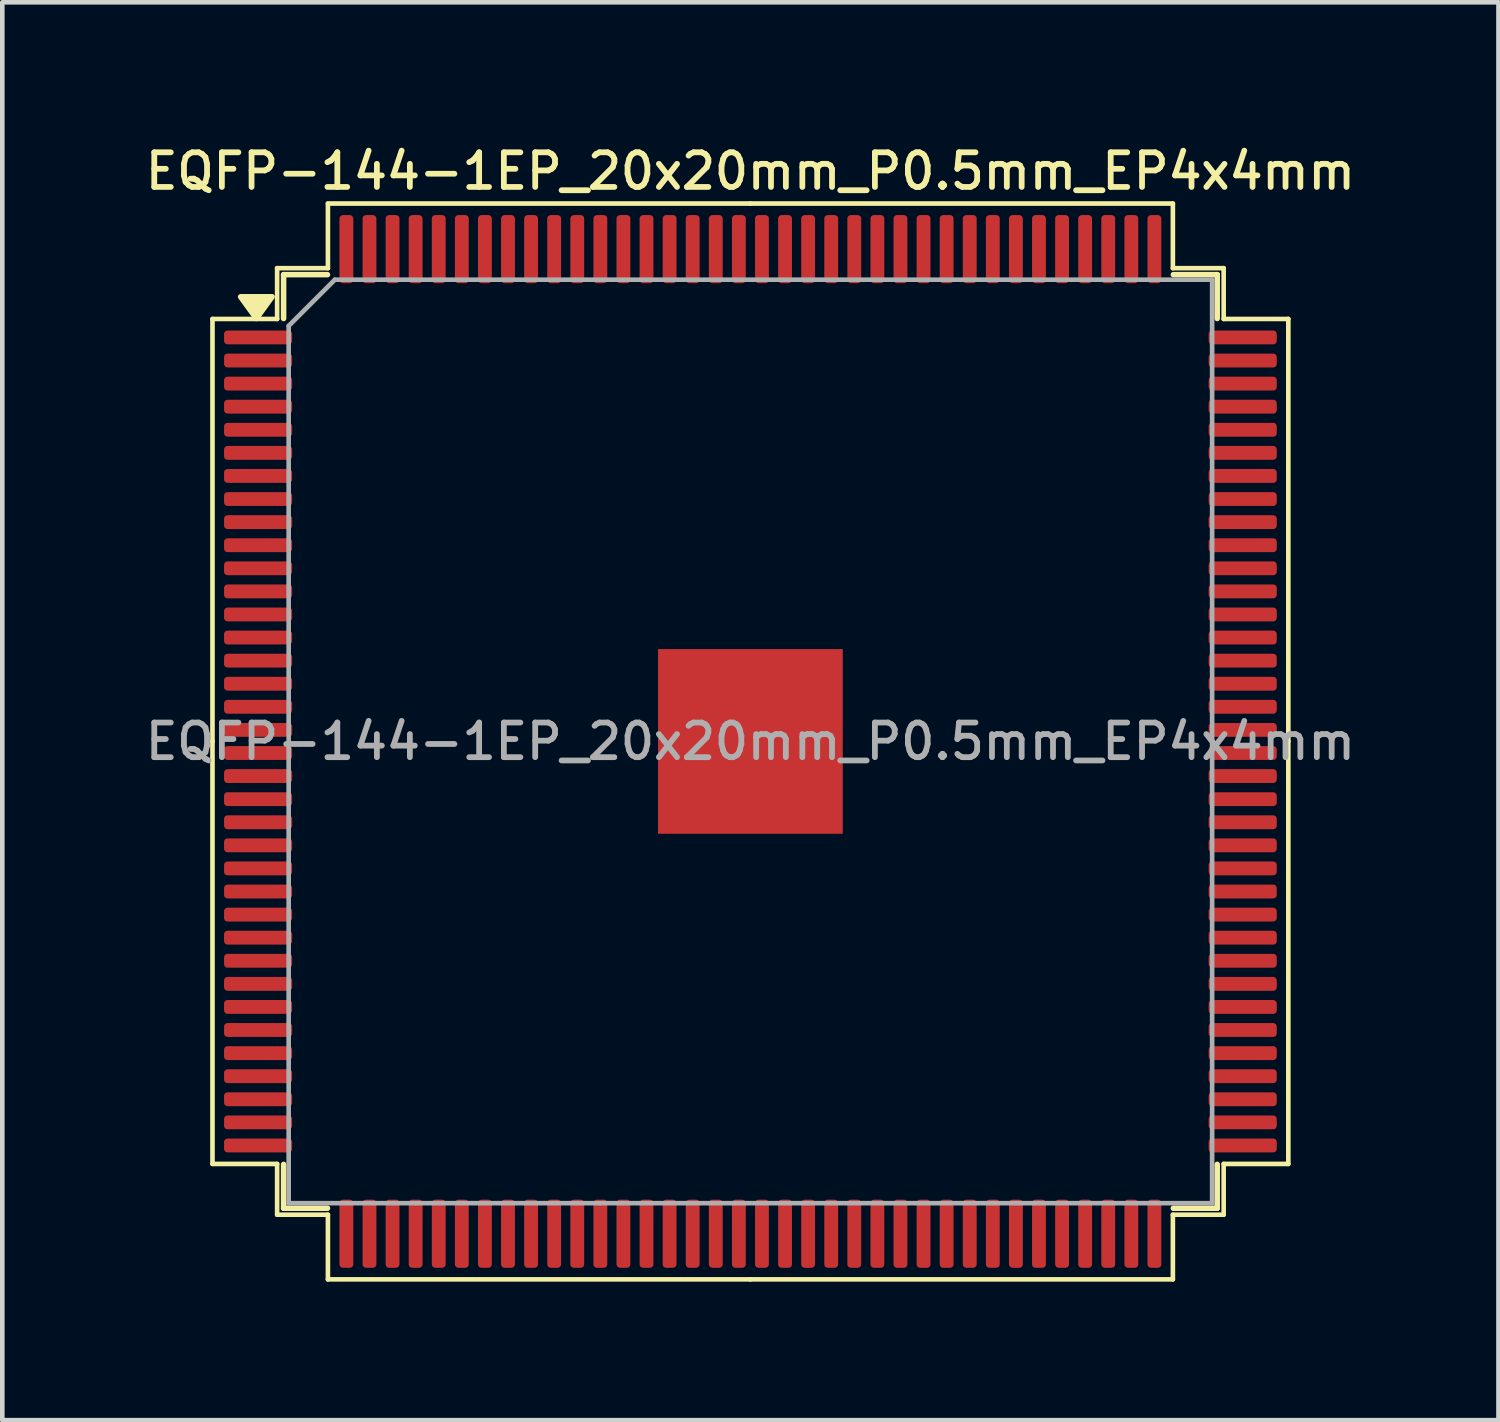
<source format=kicad_pcb>
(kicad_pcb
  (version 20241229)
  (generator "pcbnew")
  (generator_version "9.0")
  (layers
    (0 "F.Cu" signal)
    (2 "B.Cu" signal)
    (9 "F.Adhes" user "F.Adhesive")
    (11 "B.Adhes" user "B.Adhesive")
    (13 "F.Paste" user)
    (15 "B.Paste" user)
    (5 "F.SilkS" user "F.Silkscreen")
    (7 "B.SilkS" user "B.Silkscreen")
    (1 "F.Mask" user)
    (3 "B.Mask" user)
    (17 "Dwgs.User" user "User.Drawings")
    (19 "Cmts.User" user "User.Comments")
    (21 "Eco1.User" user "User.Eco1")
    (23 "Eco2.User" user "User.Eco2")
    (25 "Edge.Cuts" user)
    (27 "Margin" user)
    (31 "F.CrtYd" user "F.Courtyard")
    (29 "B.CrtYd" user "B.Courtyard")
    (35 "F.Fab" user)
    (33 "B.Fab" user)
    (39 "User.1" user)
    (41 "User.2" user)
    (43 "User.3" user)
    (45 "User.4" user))
  (footprint "EQFP-144-1EP_20x20mm_P0.5mm_EP4x4mm"
    (layer "F.Cu")
    (at 13.202 13.008)
    (property "Reference" "EQFP-144-1EP_20x20mm_P0.5mm_EP4x4mm" (at 0 -12.35 0) (layer "F.SilkS") (effects (font (size 0.75 0.75) (thickness 0.125))))
    (attr smd)
    (fp_line (start -11.65 -9.15) (end -11.65 0) (stroke (width 0.1) (type solid)) (layer "F.SilkS"))
    (fp_line (start -11.65 9.15) (end -11.65 0) (stroke (width 0.1) (type solid)) (layer "F.SilkS"))
    (fp_line (start -10.25 -10.25) (end -10.25 -9.15) (stroke (width 0.1) (type solid)) (layer "F.SilkS"))
    (fp_line (start -10.25 -9.15) (end -11.65 -9.15) (stroke (width 0.1) (type solid)) (layer "F.SilkS"))
    (fp_line (start -10.25 9.15) (end -11.65 9.15) (stroke (width 0.1) (type solid)) (layer "F.SilkS"))
    (fp_line (start -10.25 10.25) (end -10.25 9.15) (stroke (width 0.1) (type solid)) (layer "F.SilkS"))
    (fp_line (start -10.11 -10.11) (end -10.11 -9.16) (stroke (width 0.12) (type solid)) (layer "F.SilkS"))
    (fp_line (start -10.11 10.11) (end -10.11 9.16) (stroke (width 0.12) (type solid)) (layer "F.SilkS"))
    (fp_line (start -9.16 -10.11) (end -10.11 -10.11) (stroke (width 0.12) (type solid)) (layer "F.SilkS"))
    (fp_line (start -9.16 10.11) (end -10.11 10.11) (stroke (width 0.12) (type solid)) (layer "F.SilkS"))
    (fp_line (start -9.15 -11.65) (end -9.15 -10.25) (stroke (width 0.1) (type solid)) (layer "F.SilkS"))
    (fp_line (start -9.15 -10.25) (end -10.25 -10.25) (stroke (width 0.1) (type solid)) (layer "F.SilkS"))
    (fp_line (start -9.15 10.25) (end -10.25 10.25) (stroke (width 0.1) (type solid)) (layer "F.SilkS"))
    (fp_line (start -9.15 11.65) (end -9.15 10.25) (stroke (width 0.1) (type solid)) (layer "F.SilkS"))
    (fp_line (start 0 -11.65) (end -9.15 -11.65) (stroke (width 0.1) (type solid)) (layer "F.SilkS"))
    (fp_line (start 0 -11.65) (end 9.15 -11.65) (stroke (width 0.1) (type solid)) (layer "F.SilkS"))
    (fp_line (start 0 11.65) (end -9.15 11.65) (stroke (width 0.1) (type solid)) (layer "F.SilkS"))
    (fp_line (start 0 11.65) (end 9.15 11.65) (stroke (width 0.1) (type solid)) (layer "F.SilkS"))
    (fp_line (start 9.15 -11.65) (end 9.15 -10.25) (stroke (width 0.1) (type solid)) (layer "F.SilkS"))
    (fp_line (start 9.15 -10.25) (end 10.25 -10.25) (stroke (width 0.1) (type solid)) (layer "F.SilkS"))
    (fp_line (start 9.15 10.25) (end 10.25 10.25) (stroke (width 0.1) (type solid)) (layer "F.SilkS"))
    (fp_line (start 9.15 11.65) (end 9.15 10.25) (stroke (width 0.1) (type solid)) (layer "F.SilkS"))
    (fp_line (start 9.16 -10.11) (end 10.11 -10.11) (stroke (width 0.12) (type solid)) (layer "F.SilkS"))
    (fp_line (start 9.16 10.11) (end 10.11 10.11) (stroke (width 0.12) (type solid)) (layer "F.SilkS"))
    (fp_line (start 10.11 -10.11) (end 10.11 -9.16) (stroke (width 0.12) (type solid)) (layer "F.SilkS"))
    (fp_line (start 10.11 10.11) (end 10.11 9.16) (stroke (width 0.12) (type solid)) (layer "F.SilkS"))
    (fp_line (start 10.25 -10.25) (end 10.25 -9.15) (stroke (width 0.1) (type solid)) (layer "F.SilkS"))
    (fp_line (start 10.25 -9.15) (end 11.65 -9.15) (stroke (width 0.1) (type solid)) (layer "F.SilkS"))
    (fp_line (start 10.25 9.15) (end 11.65 9.15) (stroke (width 0.1) (type solid)) (layer "F.SilkS"))
    (fp_line (start 10.25 10.25) (end 10.25 9.15) (stroke (width 0.1) (type solid)) (layer "F.SilkS"))
    (fp_line (start 11.65 -9.15) (end 11.65 0) (stroke (width 0.1) (type solid)) (layer "F.SilkS"))
    (fp_line (start 11.65 9.15) (end 11.65 0) (stroke (width 0.1) (type solid)) (layer "F.SilkS"))
    (fp_poly (pts (xy -10.7 -9.16) (xy -11.04 -9.63) (xy -10.36 -9.63) (xy -10.7 -9.16)) (stroke (width 0.12) (type solid)) (fill yes) (layer "F.SilkS"))
    (fp_line (start -10 -9) (end -9 -10) (stroke (width 0.1) (type solid)) (layer "F.Fab"))
    (fp_line (start -10 10) (end -10 -9) (stroke (width 0.1) (type solid)) (layer "F.Fab"))
    (fp_line (start -9 -10) (end 10 -10) (stroke (width 0.1) (type solid)) (layer "F.Fab"))
    (fp_line (start 10 -10) (end 10 10) (stroke (width 0.1) (type solid)) (layer "F.Fab"))
    (fp_line (start 10 10) (end -10 10) (stroke (width 0.1) (type solid)) (layer "F.Fab"))
    (fp_text user "${REFERENCE}" (at 0 0 0) (layer "F.Fab") (effects (font (size 0.75 0.75) (thickness 0.125))))
    (pad "" smd roundrect (at -1.33 -1.33) (size 1.07 1.07) (layers "F.Paste") (roundrect_rratio 0.234))
    (pad "" smd roundrect (at -1.33 0) (size 1.07 1.07) (layers "F.Paste") (roundrect_rratio 0.234))
    (pad "" smd roundrect (at -1.33 1.33) (size 1.07 1.07) (layers "F.Paste") (roundrect_rratio 0.234))
    (pad "" smd roundrect (at 0 -1.33) (size 1.07 1.07) (layers "F.Paste") (roundrect_rratio 0.234))
    (pad "" smd roundrect (at 0 0) (size 1.07 1.07) (layers "F.Paste") (roundrect_rratio 0.234))
    (pad "" smd roundrect (at 0 1.33) (size 1.07 1.07) (layers "F.Paste") (roundrect_rratio 0.234))
    (pad "" smd roundrect (at 1.33 -1.33) (size 1.07 1.07) (layers "F.Paste") (roundrect_rratio 0.234))
    (pad "" smd roundrect (at 1.33 0) (size 1.07 1.07) (layers "F.Paste") (roundrect_rratio 0.234))
    (pad "" smd roundrect (at 1.33 1.33) (size 1.07 1.07) (layers "F.Paste") (roundrect_rratio 0.234))
    (pad "1" smd roundrect (at -10.662 -8.75) (size 1.475 0.3) (layers "F.Cu" "F.Mask" "F.Paste") (roundrect_rratio 0.25))
    (pad "2" smd roundrect (at -10.662 -8.25) (size 1.475 0.3) (layers "F.Cu" "F.Mask" "F.Paste") (roundrect_rratio 0.25))
    (pad "3" smd roundrect (at -10.662 -7.75) (size 1.475 0.3) (layers "F.Cu" "F.Mask" "F.Paste") (roundrect_rratio 0.25))
    (pad "4" smd roundrect (at -10.662 -7.25) (size 1.475 0.3) (layers "F.Cu" "F.Mask" "F.Paste") (roundrect_rratio 0.25))
    (pad "5" smd roundrect (at -10.662 -6.75) (size 1.475 0.3) (layers "F.Cu" "F.Mask" "F.Paste") (roundrect_rratio 0.25))
    (pad "6" smd roundrect (at -10.662 -6.25) (size 1.475 0.3) (layers "F.Cu" "F.Mask" "F.Paste") (roundrect_rratio 0.25))
    (pad "7" smd roundrect (at -10.662 -5.75) (size 1.475 0.3) (layers "F.Cu" "F.Mask" "F.Paste") (roundrect_rratio 0.25))
    (pad "8" smd roundrect (at -10.662 -5.25) (size 1.475 0.3) (layers "F.Cu" "F.Mask" "F.Paste") (roundrect_rratio 0.25))
    (pad "9" smd roundrect (at -10.662 -4.75) (size 1.475 0.3) (layers "F.Cu" "F.Mask" "F.Paste") (roundrect_rratio 0.25))
    (pad "10" smd roundrect (at -10.662 -4.25) (size 1.475 0.3) (layers "F.Cu" "F.Mask" "F.Paste") (roundrect_rratio 0.25))
    (pad "11" smd roundrect (at -10.662 -3.75) (size 1.475 0.3) (layers "F.Cu" "F.Mask" "F.Paste") (roundrect_rratio 0.25))
    (pad "12" smd roundrect (at -10.662 -3.25) (size 1.475 0.3) (layers "F.Cu" "F.Mask" "F.Paste") (roundrect_rratio 0.25))
    (pad "13" smd roundrect (at -10.662 -2.75) (size 1.475 0.3) (layers "F.Cu" "F.Mask" "F.Paste") (roundrect_rratio 0.25))
    (pad "14" smd roundrect (at -10.662 -2.25) (size 1.475 0.3) (layers "F.Cu" "F.Mask" "F.Paste") (roundrect_rratio 0.25))
    (pad "15" smd roundrect (at -10.662 -1.75) (size 1.475 0.3) (layers "F.Cu" "F.Mask" "F.Paste") (roundrect_rratio 0.25))
    (pad "16" smd roundrect (at -10.662 -1.25) (size 1.475 0.3) (layers "F.Cu" "F.Mask" "F.Paste") (roundrect_rratio 0.25))
    (pad "17" smd roundrect (at -10.662 -0.75) (size 1.475 0.3) (layers "F.Cu" "F.Mask" "F.Paste") (roundrect_rratio 0.25))
    (pad "18" smd roundrect (at -10.662 -0.25) (size 1.475 0.3) (layers "F.Cu" "F.Mask" "F.Paste") (roundrect_rratio 0.25))
    (pad "19" smd roundrect (at -10.662 0.25) (size 1.475 0.3) (layers "F.Cu" "F.Mask" "F.Paste") (roundrect_rratio 0.25))
    (pad "20" smd roundrect (at -10.662 0.75) (size 1.475 0.3) (layers "F.Cu" "F.Mask" "F.Paste") (roundrect_rratio 0.25))
    (pad "21" smd roundrect (at -10.662 1.25) (size 1.475 0.3) (layers "F.Cu" "F.Mask" "F.Paste") (roundrect_rratio 0.25))
    (pad "22" smd roundrect (at -10.662 1.75) (size 1.475 0.3) (layers "F.Cu" "F.Mask" "F.Paste") (roundrect_rratio 0.25))
    (pad "23" smd roundrect (at -10.662 2.25) (size 1.475 0.3) (layers "F.Cu" "F.Mask" "F.Paste") (roundrect_rratio 0.25))
    (pad "24" smd roundrect (at -10.662 2.75) (size 1.475 0.3) (layers "F.Cu" "F.Mask" "F.Paste") (roundrect_rratio 0.25))
    (pad "25" smd roundrect (at -10.662 3.25) (size 1.475 0.3) (layers "F.Cu" "F.Mask" "F.Paste") (roundrect_rratio 0.25))
    (pad "26" smd roundrect (at -10.662 3.75) (size 1.475 0.3) (layers "F.Cu" "F.Mask" "F.Paste") (roundrect_rratio 0.25))
    (pad "27" smd roundrect (at -10.662 4.25) (size 1.475 0.3) (layers "F.Cu" "F.Mask" "F.Paste") (roundrect_rratio 0.25))
    (pad "28" smd roundrect (at -10.662 4.75) (size 1.475 0.3) (layers "F.Cu" "F.Mask" "F.Paste") (roundrect_rratio 0.25))
    (pad "29" smd roundrect (at -10.662 5.25) (size 1.475 0.3) (layers "F.Cu" "F.Mask" "F.Paste") (roundrect_rratio 0.25))
    (pad "30" smd roundrect (at -10.662 5.75) (size 1.475 0.3) (layers "F.Cu" "F.Mask" "F.Paste") (roundrect_rratio 0.25))
    (pad "31" smd roundrect (at -10.662 6.25) (size 1.475 0.3) (layers "F.Cu" "F.Mask" "F.Paste") (roundrect_rratio 0.25))
    (pad "32" smd roundrect (at -10.662 6.75) (size 1.475 0.3) (layers "F.Cu" "F.Mask" "F.Paste") (roundrect_rratio 0.25))
    (pad "33" smd roundrect (at -10.662 7.25) (size 1.475 0.3) (layers "F.Cu" "F.Mask" "F.Paste") (roundrect_rratio 0.25))
    (pad "34" smd roundrect (at -10.662 7.75) (size 1.475 0.3) (layers "F.Cu" "F.Mask" "F.Paste") (roundrect_rratio 0.25))
    (pad "35" smd roundrect (at -10.662 8.25) (size 1.475 0.3) (layers "F.Cu" "F.Mask" "F.Paste") (roundrect_rratio 0.25))
    (pad "36" smd roundrect (at -10.662 8.75) (size 1.475 0.3) (layers "F.Cu" "F.Mask" "F.Paste") (roundrect_rratio 0.25))
    (pad "37" smd roundrect (at -8.75 10.662) (size 0.3 1.475) (layers "F.Cu" "F.Mask" "F.Paste") (roundrect_rratio 0.25))
    (pad "38" smd roundrect (at -8.25 10.662) (size 0.3 1.475) (layers "F.Cu" "F.Mask" "F.Paste") (roundrect_rratio 0.25))
    (pad "39" smd roundrect (at -7.75 10.662) (size 0.3 1.475) (layers "F.Cu" "F.Mask" "F.Paste") (roundrect_rratio 0.25))
    (pad "40" smd roundrect (at -7.25 10.662) (size 0.3 1.475) (layers "F.Cu" "F.Mask" "F.Paste") (roundrect_rratio 0.25))
    (pad "41" smd roundrect (at -6.75 10.662) (size 0.3 1.475) (layers "F.Cu" "F.Mask" "F.Paste") (roundrect_rratio 0.25))
    (pad "42" smd roundrect (at -6.25 10.662) (size 0.3 1.475) (layers "F.Cu" "F.Mask" "F.Paste") (roundrect_rratio 0.25))
    (pad "43" smd roundrect (at -5.75 10.662) (size 0.3 1.475) (layers "F.Cu" "F.Mask" "F.Paste") (roundrect_rratio 0.25))
    (pad "44" smd roundrect (at -5.25 10.662) (size 0.3 1.475) (layers "F.Cu" "F.Mask" "F.Paste") (roundrect_rratio 0.25))
    (pad "45" smd roundrect (at -4.75 10.662) (size 0.3 1.475) (layers "F.Cu" "F.Mask" "F.Paste") (roundrect_rratio 0.25))
    (pad "46" smd roundrect (at -4.25 10.662) (size 0.3 1.475) (layers "F.Cu" "F.Mask" "F.Paste") (roundrect_rratio 0.25))
    (pad "47" smd roundrect (at -3.75 10.662) (size 0.3 1.475) (layers "F.Cu" "F.Mask" "F.Paste") (roundrect_rratio 0.25))
    (pad "48" smd roundrect (at -3.25 10.662) (size 0.3 1.475) (layers "F.Cu" "F.Mask" "F.Paste") (roundrect_rratio 0.25))
    (pad "49" smd roundrect (at -2.75 10.662) (size 0.3 1.475) (layers "F.Cu" "F.Mask" "F.Paste") (roundrect_rratio 0.25))
    (pad "50" smd roundrect (at -2.25 10.662) (size 0.3 1.475) (layers "F.Cu" "F.Mask" "F.Paste") (roundrect_rratio 0.25))
    (pad "51" smd roundrect (at -1.75 10.662) (size 0.3 1.475) (layers "F.Cu" "F.Mask" "F.Paste") (roundrect_rratio 0.25))
    (pad "52" smd roundrect (at -1.25 10.662) (size 0.3 1.475) (layers "F.Cu" "F.Mask" "F.Paste") (roundrect_rratio 0.25))
    (pad "53" smd roundrect (at -0.75 10.662) (size 0.3 1.475) (layers "F.Cu" "F.Mask" "F.Paste") (roundrect_rratio 0.25))
    (pad "54" smd roundrect (at -0.25 10.662) (size 0.3 1.475) (layers "F.Cu" "F.Mask" "F.Paste") (roundrect_rratio 0.25))
    (pad "55" smd roundrect (at 0.25 10.662) (size 0.3 1.475) (layers "F.Cu" "F.Mask" "F.Paste") (roundrect_rratio 0.25))
    (pad "56" smd roundrect (at 0.75 10.662) (size 0.3 1.475) (layers "F.Cu" "F.Mask" "F.Paste") (roundrect_rratio 0.25))
    (pad "57" smd roundrect (at 1.25 10.662) (size 0.3 1.475) (layers "F.Cu" "F.Mask" "F.Paste") (roundrect_rratio 0.25))
    (pad "58" smd roundrect (at 1.75 10.662) (size 0.3 1.475) (layers "F.Cu" "F.Mask" "F.Paste") (roundrect_rratio 0.25))
    (pad "59" smd roundrect (at 2.25 10.662) (size 0.3 1.475) (layers "F.Cu" "F.Mask" "F.Paste") (roundrect_rratio 0.25))
    (pad "60" smd roundrect (at 2.75 10.662) (size 0.3 1.475) (layers "F.Cu" "F.Mask" "F.Paste") (roundrect_rratio 0.25))
    (pad "61" smd roundrect (at 3.25 10.662) (size 0.3 1.475) (layers "F.Cu" "F.Mask" "F.Paste") (roundrect_rratio 0.25))
    (pad "62" smd roundrect (at 3.75 10.662) (size 0.3 1.475) (layers "F.Cu" "F.Mask" "F.Paste") (roundrect_rratio 0.25))
    (pad "63" smd roundrect (at 4.25 10.662) (size 0.3 1.475) (layers "F.Cu" "F.Mask" "F.Paste") (roundrect_rratio 0.25))
    (pad "64" smd roundrect (at 4.75 10.662) (size 0.3 1.475) (layers "F.Cu" "F.Mask" "F.Paste") (roundrect_rratio 0.25))
    (pad "65" smd roundrect (at 5.25 10.662) (size 0.3 1.475) (layers "F.Cu" "F.Mask" "F.Paste") (roundrect_rratio 0.25))
    (pad "66" smd roundrect (at 5.75 10.662) (size 0.3 1.475) (layers "F.Cu" "F.Mask" "F.Paste") (roundrect_rratio 0.25))
    (pad "67" smd roundrect (at 6.25 10.662) (size 0.3 1.475) (layers "F.Cu" "F.Mask" "F.Paste") (roundrect_rratio 0.25))
    (pad "68" smd roundrect (at 6.75 10.662) (size 0.3 1.475) (layers "F.Cu" "F.Mask" "F.Paste") (roundrect_rratio 0.25))
    (pad "69" smd roundrect (at 7.25 10.662) (size 0.3 1.475) (layers "F.Cu" "F.Mask" "F.Paste") (roundrect_rratio 0.25))
    (pad "70" smd roundrect (at 7.75 10.662) (size 0.3 1.475) (layers "F.Cu" "F.Mask" "F.Paste") (roundrect_rratio 0.25))
    (pad "71" smd roundrect (at 8.25 10.662) (size 0.3 1.475) (layers "F.Cu" "F.Mask" "F.Paste") (roundrect_rratio 0.25))
    (pad "72" smd roundrect (at 8.75 10.662) (size 0.3 1.475) (layers "F.Cu" "F.Mask" "F.Paste") (roundrect_rratio 0.25))
    (pad "73" smd roundrect (at 10.662 8.75) (size 1.475 0.3) (layers "F.Cu" "F.Mask" "F.Paste") (roundrect_rratio 0.25))
    (pad "74" smd roundrect (at 10.662 8.25) (size 1.475 0.3) (layers "F.Cu" "F.Mask" "F.Paste") (roundrect_rratio 0.25))
    (pad "75" smd roundrect (at 10.662 7.75) (size 1.475 0.3) (layers "F.Cu" "F.Mask" "F.Paste") (roundrect_rratio 0.25))
    (pad "76" smd roundrect (at 10.662 7.25) (size 1.475 0.3) (layers "F.Cu" "F.Mask" "F.Paste") (roundrect_rratio 0.25))
    (pad "77" smd roundrect (at 10.662 6.75) (size 1.475 0.3) (layers "F.Cu" "F.Mask" "F.Paste") (roundrect_rratio 0.25))
    (pad "78" smd roundrect (at 10.662 6.25) (size 1.475 0.3) (layers "F.Cu" "F.Mask" "F.Paste") (roundrect_rratio 0.25))
    (pad "79" smd roundrect (at 10.662 5.75) (size 1.475 0.3) (layers "F.Cu" "F.Mask" "F.Paste") (roundrect_rratio 0.25))
    (pad "80" smd roundrect (at 10.662 5.25) (size 1.475 0.3) (layers "F.Cu" "F.Mask" "F.Paste") (roundrect_rratio 0.25))
    (pad "81" smd roundrect (at 10.662 4.75) (size 1.475 0.3) (layers "F.Cu" "F.Mask" "F.Paste") (roundrect_rratio 0.25))
    (pad "82" smd roundrect (at 10.662 4.25) (size 1.475 0.3) (layers "F.Cu" "F.Mask" "F.Paste") (roundrect_rratio 0.25))
    (pad "83" smd roundrect (at 10.662 3.75) (size 1.475 0.3) (layers "F.Cu" "F.Mask" "F.Paste") (roundrect_rratio 0.25))
    (pad "84" smd roundrect (at 10.662 3.25) (size 1.475 0.3) (layers "F.Cu" "F.Mask" "F.Paste") (roundrect_rratio 0.25))
    (pad "85" smd roundrect (at 10.662 2.75) (size 1.475 0.3) (layers "F.Cu" "F.Mask" "F.Paste") (roundrect_rratio 0.25))
    (pad "86" smd roundrect (at 10.662 2.25) (size 1.475 0.3) (layers "F.Cu" "F.Mask" "F.Paste") (roundrect_rratio 0.25))
    (pad "87" smd roundrect (at 10.662 1.75) (size 1.475 0.3) (layers "F.Cu" "F.Mask" "F.Paste") (roundrect_rratio 0.25))
    (pad "88" smd roundrect (at 10.662 1.25) (size 1.475 0.3) (layers "F.Cu" "F.Mask" "F.Paste") (roundrect_rratio 0.25))
    (pad "89" smd roundrect (at 10.662 0.75) (size 1.475 0.3) (layers "F.Cu" "F.Mask" "F.Paste") (roundrect_rratio 0.25))
    (pad "90" smd roundrect (at 10.662 0.25) (size 1.475 0.3) (layers "F.Cu" "F.Mask" "F.Paste") (roundrect_rratio 0.25))
    (pad "91" smd roundrect (at 10.662 -0.25) (size 1.475 0.3) (layers "F.Cu" "F.Mask" "F.Paste") (roundrect_rratio 0.25))
    (pad "92" smd roundrect (at 10.662 -0.75) (size 1.475 0.3) (layers "F.Cu" "F.Mask" "F.Paste") (roundrect_rratio 0.25))
    (pad "93" smd roundrect (at 10.662 -1.25) (size 1.475 0.3) (layers "F.Cu" "F.Mask" "F.Paste") (roundrect_rratio 0.25))
    (pad "94" smd roundrect (at 10.662 -1.75) (size 1.475 0.3) (layers "F.Cu" "F.Mask" "F.Paste") (roundrect_rratio 0.25))
    (pad "95" smd roundrect (at 10.662 -2.25) (size 1.475 0.3) (layers "F.Cu" "F.Mask" "F.Paste") (roundrect_rratio 0.25))
    (pad "96" smd roundrect (at 10.662 -2.75) (size 1.475 0.3) (layers "F.Cu" "F.Mask" "F.Paste") (roundrect_rratio 0.25))
    (pad "97" smd roundrect (at 10.662 -3.25) (size 1.475 0.3) (layers "F.Cu" "F.Mask" "F.Paste") (roundrect_rratio 0.25))
    (pad "98" smd roundrect (at 10.662 -3.75) (size 1.475 0.3) (layers "F.Cu" "F.Mask" "F.Paste") (roundrect_rratio 0.25))
    (pad "99" smd roundrect (at 10.662 -4.25) (size 1.475 0.3) (layers "F.Cu" "F.Mask" "F.Paste") (roundrect_rratio 0.25))
    (pad "100" smd roundrect (at 10.662 -4.75) (size 1.475 0.3) (layers "F.Cu" "F.Mask" "F.Paste") (roundrect_rratio 0.25))
    (pad "101" smd roundrect (at 10.662 -5.25) (size 1.475 0.3) (layers "F.Cu" "F.Mask" "F.Paste") (roundrect_rratio 0.25))
    (pad "102" smd roundrect (at 10.662 -5.75) (size 1.475 0.3) (layers "F.Cu" "F.Mask" "F.Paste") (roundrect_rratio 0.25))
    (pad "103" smd roundrect (at 10.662 -6.25) (size 1.475 0.3) (layers "F.Cu" "F.Mask" "F.Paste") (roundrect_rratio 0.25))
    (pad "104" smd roundrect (at 10.662 -6.75) (size 1.475 0.3) (layers "F.Cu" "F.Mask" "F.Paste") (roundrect_rratio 0.25))
    (pad "105" smd roundrect (at 10.662 -7.25) (size 1.475 0.3) (layers "F.Cu" "F.Mask" "F.Paste") (roundrect_rratio 0.25))
    (pad "106" smd roundrect (at 10.662 -7.75) (size 1.475 0.3) (layers "F.Cu" "F.Mask" "F.Paste") (roundrect_rratio 0.25))
    (pad "107" smd roundrect (at 10.662 -8.25) (size 1.475 0.3) (layers "F.Cu" "F.Mask" "F.Paste") (roundrect_rratio 0.25))
    (pad "108" smd roundrect (at 10.662 -8.75) (size 1.475 0.3) (layers "F.Cu" "F.Mask" "F.Paste") (roundrect_rratio 0.25))
    (pad "109" smd roundrect (at 8.75 -10.662) (size 0.3 1.475) (layers "F.Cu" "F.Mask" "F.Paste") (roundrect_rratio 0.25))
    (pad "110" smd roundrect (at 8.25 -10.662) (size 0.3 1.475) (layers "F.Cu" "F.Mask" "F.Paste") (roundrect_rratio 0.25))
    (pad "111" smd roundrect (at 7.75 -10.662) (size 0.3 1.475) (layers "F.Cu" "F.Mask" "F.Paste") (roundrect_rratio 0.25))
    (pad "112" smd roundrect (at 7.25 -10.662) (size 0.3 1.475) (layers "F.Cu" "F.Mask" "F.Paste") (roundrect_rratio 0.25))
    (pad "113" smd roundrect (at 6.75 -10.662) (size 0.3 1.475) (layers "F.Cu" "F.Mask" "F.Paste") (roundrect_rratio 0.25))
    (pad "114" smd roundrect (at 6.25 -10.662) (size 0.3 1.475) (layers "F.Cu" "F.Mask" "F.Paste") (roundrect_rratio 0.25))
    (pad "115" smd roundrect (at 5.75 -10.662) (size 0.3 1.475) (layers "F.Cu" "F.Mask" "F.Paste") (roundrect_rratio 0.25))
    (pad "116" smd roundrect (at 5.25 -10.662) (size 0.3 1.475) (layers "F.Cu" "F.Mask" "F.Paste") (roundrect_rratio 0.25))
    (pad "117" smd roundrect (at 4.75 -10.662) (size 0.3 1.475) (layers "F.Cu" "F.Mask" "F.Paste") (roundrect_rratio 0.25))
    (pad "118" smd roundrect (at 4.25 -10.662) (size 0.3 1.475) (layers "F.Cu" "F.Mask" "F.Paste") (roundrect_rratio 0.25))
    (pad "119" smd roundrect (at 3.75 -10.662) (size 0.3 1.475) (layers "F.Cu" "F.Mask" "F.Paste") (roundrect_rratio 0.25))
    (pad "120" smd roundrect (at 3.25 -10.662) (size 0.3 1.475) (layers "F.Cu" "F.Mask" "F.Paste") (roundrect_rratio 0.25))
    (pad "121" smd roundrect (at 2.75 -10.662) (size 0.3 1.475) (layers "F.Cu" "F.Mask" "F.Paste") (roundrect_rratio 0.25))
    (pad "122" smd roundrect (at 2.25 -10.662) (size 0.3 1.475) (layers "F.Cu" "F.Mask" "F.Paste") (roundrect_rratio 0.25))
    (pad "123" smd roundrect (at 1.75 -10.662) (size 0.3 1.475) (layers "F.Cu" "F.Mask" "F.Paste") (roundrect_rratio 0.25))
    (pad "124" smd roundrect (at 1.25 -10.662) (size 0.3 1.475) (layers "F.Cu" "F.Mask" "F.Paste") (roundrect_rratio 0.25))
    (pad "125" smd roundrect (at 0.75 -10.662) (size 0.3 1.475) (layers "F.Cu" "F.Mask" "F.Paste") (roundrect_rratio 0.25))
    (pad "126" smd roundrect (at 0.25 -10.662) (size 0.3 1.475) (layers "F.Cu" "F.Mask" "F.Paste") (roundrect_rratio 0.25))
    (pad "127" smd roundrect (at -0.25 -10.662) (size 0.3 1.475) (layers "F.Cu" "F.Mask" "F.Paste") (roundrect_rratio 0.25))
    (pad "128" smd roundrect (at -0.75 -10.662) (size 0.3 1.475) (layers "F.Cu" "F.Mask" "F.Paste") (roundrect_rratio 0.25))
    (pad "129" smd roundrect (at -1.25 -10.662) (size 0.3 1.475) (layers "F.Cu" "F.Mask" "F.Paste") (roundrect_rratio 0.25))
    (pad "130" smd roundrect (at -1.75 -10.662) (size 0.3 1.475) (layers "F.Cu" "F.Mask" "F.Paste") (roundrect_rratio 0.25))
    (pad "131" smd roundrect (at -2.25 -10.662) (size 0.3 1.475) (layers "F.Cu" "F.Mask" "F.Paste") (roundrect_rratio 0.25))
    (pad "132" smd roundrect (at -2.75 -10.662) (size 0.3 1.475) (layers "F.Cu" "F.Mask" "F.Paste") (roundrect_rratio 0.25))
    (pad "133" smd roundrect (at -3.25 -10.662) (size 0.3 1.475) (layers "F.Cu" "F.Mask" "F.Paste") (roundrect_rratio 0.25))
    (pad "134" smd roundrect (at -3.75 -10.662) (size 0.3 1.475) (layers "F.Cu" "F.Mask" "F.Paste") (roundrect_rratio 0.25))
    (pad "135" smd roundrect (at -4.25 -10.662) (size 0.3 1.475) (layers "F.Cu" "F.Mask" "F.Paste") (roundrect_rratio 0.25))
    (pad "136" smd roundrect (at -4.75 -10.662) (size 0.3 1.475) (layers "F.Cu" "F.Mask" "F.Paste") (roundrect_rratio 0.25))
    (pad "137" smd roundrect (at -5.25 -10.662) (size 0.3 1.475) (layers "F.Cu" "F.Mask" "F.Paste") (roundrect_rratio 0.25))
    (pad "138" smd roundrect (at -5.75 -10.662) (size 0.3 1.475) (layers "F.Cu" "F.Mask" "F.Paste") (roundrect_rratio 0.25))
    (pad "139" smd roundrect (at -6.25 -10.662) (size 0.3 1.475) (layers "F.Cu" "F.Mask" "F.Paste") (roundrect_rratio 0.25))
    (pad "140" smd roundrect (at -6.75 -10.662) (size 0.3 1.475) (layers "F.Cu" "F.Mask" "F.Paste") (roundrect_rratio 0.25))
    (pad "141" smd roundrect (at -7.25 -10.662) (size 0.3 1.475) (layers "F.Cu" "F.Mask" "F.Paste") (roundrect_rratio 0.25))
    (pad "142" smd roundrect (at -7.75 -10.662) (size 0.3 1.475) (layers "F.Cu" "F.Mask" "F.Paste") (roundrect_rratio 0.25))
    (pad "143" smd roundrect (at -8.25 -10.662) (size 0.3 1.475) (layers "F.Cu" "F.Mask" "F.Paste") (roundrect_rratio 0.25))
    (pad "144" smd roundrect (at -8.75 -10.662) (size 0.3 1.475) (layers "F.Cu" "F.Mask" "F.Paste") (roundrect_rratio 0.25))
    (pad "145" smd rect (at 0 0) (size 4 4) (property pad_prop_heatsink) (layers "F.Cu" "F.Mask")))
  (gr_rect
    (start -3 -3)
    (end 29.404 27.708)
    (stroke (width 0.1) (type default))
    (fill no)
    (layer "Edge.Cuts")))
</source>
